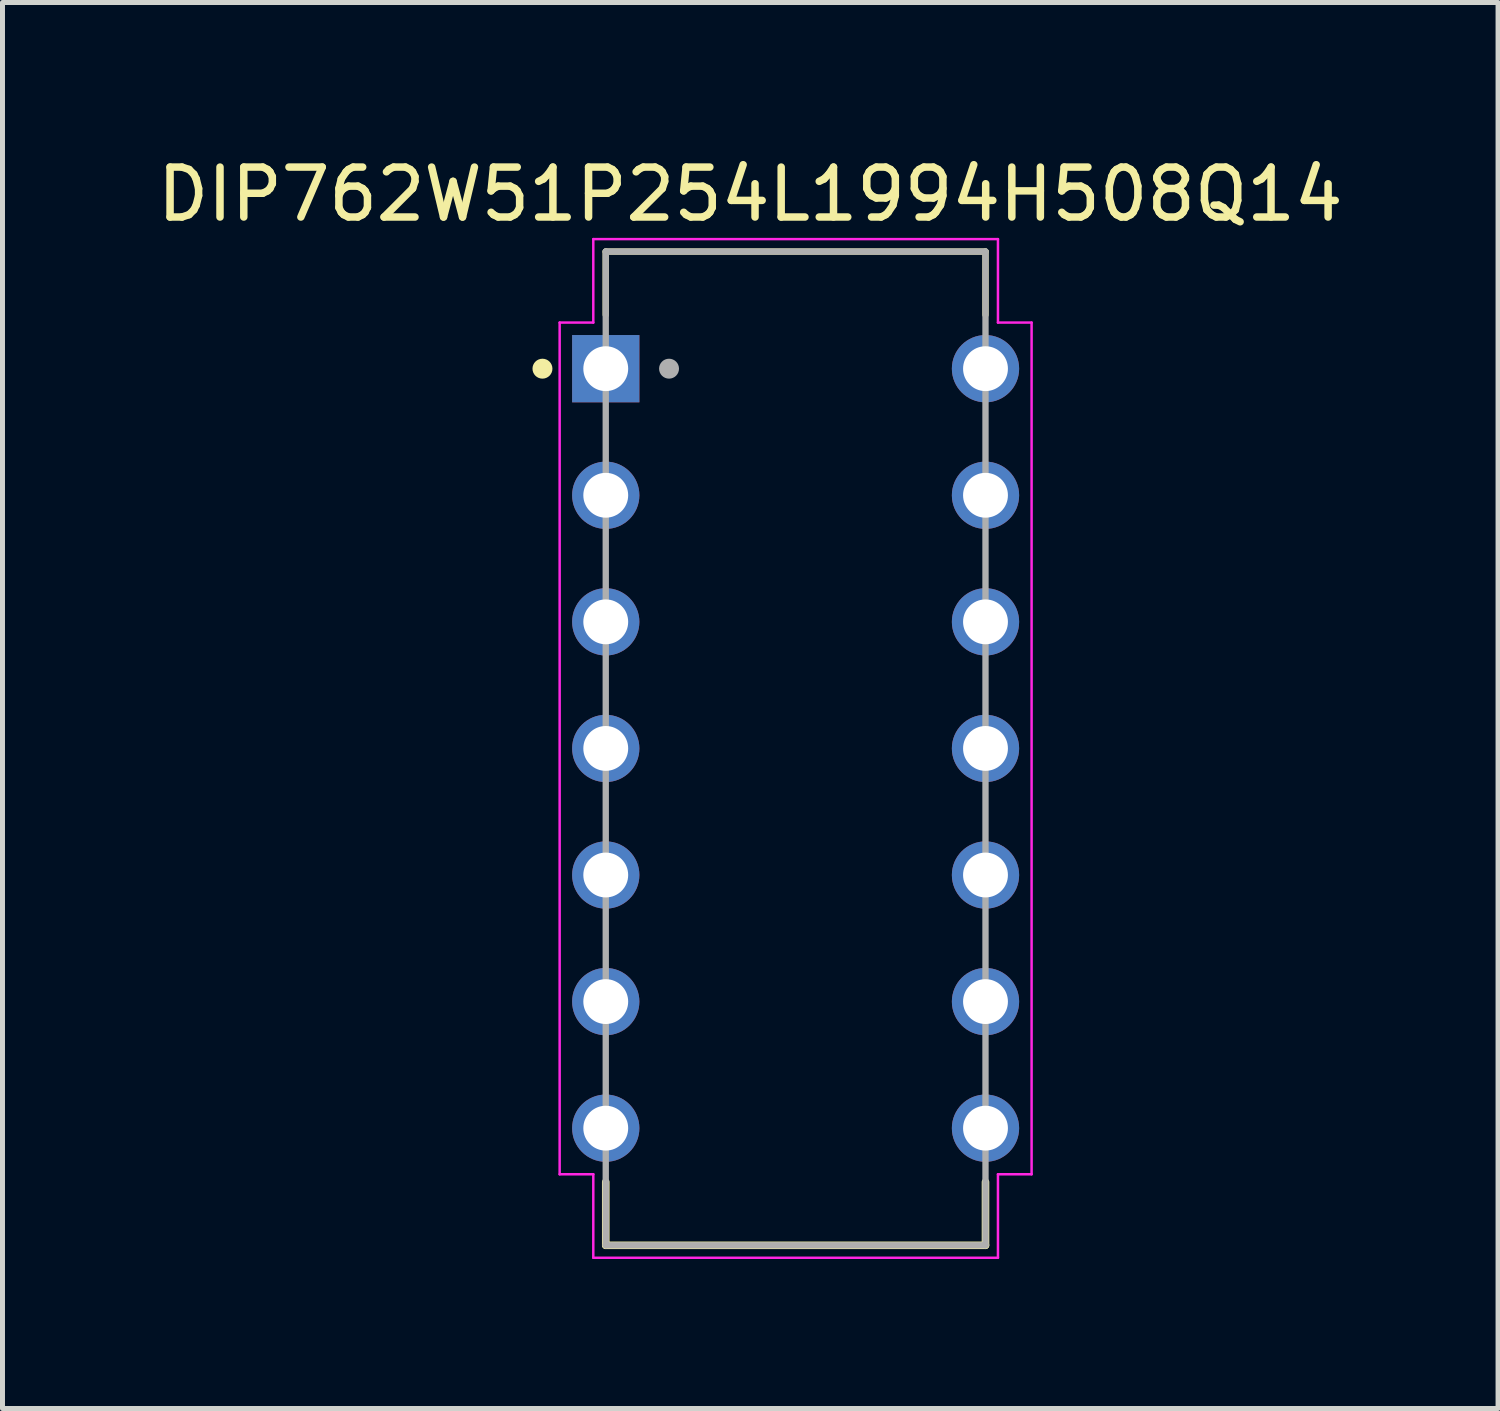
<source format=kicad_pcb>
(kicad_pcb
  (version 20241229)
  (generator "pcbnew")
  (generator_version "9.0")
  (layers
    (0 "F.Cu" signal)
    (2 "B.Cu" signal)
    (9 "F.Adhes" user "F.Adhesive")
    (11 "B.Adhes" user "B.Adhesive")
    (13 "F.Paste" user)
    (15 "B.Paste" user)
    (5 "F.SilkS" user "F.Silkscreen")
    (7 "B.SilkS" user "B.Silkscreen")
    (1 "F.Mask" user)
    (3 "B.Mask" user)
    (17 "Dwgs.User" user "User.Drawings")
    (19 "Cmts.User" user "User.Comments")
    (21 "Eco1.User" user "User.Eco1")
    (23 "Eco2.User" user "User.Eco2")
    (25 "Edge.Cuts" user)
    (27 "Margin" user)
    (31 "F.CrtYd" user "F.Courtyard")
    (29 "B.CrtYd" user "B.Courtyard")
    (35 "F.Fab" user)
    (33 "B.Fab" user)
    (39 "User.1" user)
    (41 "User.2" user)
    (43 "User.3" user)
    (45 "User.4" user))
  (footprint "DIP762W51P254L1994H508Q14"
    (layer "F.Cu")
    (at 12.915 11.968)
    (property "Reference" "DIP762W51P254L1994H508Q14" (at -0.91 -11.119 0) (layer "F.SilkS") (effects (font (size 1.002 1.002) (thickness 0.15))))
    (attr through_hole)
    (fp_line (start -3.81 -9.97) (end -3.81 -8.7) (stroke (width 0.127) (type solid)) (layer "F.SilkS"))
    (fp_line (start -3.81 -9.97) (end 3.81 -9.97) (stroke (width 0.127) (type solid)) (layer "F.SilkS"))
    (fp_line (start -3.81 8.7) (end -3.81 9.97) (stroke (width 0.152) (type solid)) (layer "F.SilkS"))
    (fp_line (start -3.81 9.97) (end 3.81 9.97) (stroke (width 0.152) (type solid)) (layer "F.SilkS"))
    (fp_line (start 3.81 -8.7) (end 3.81 -9.97) (stroke (width 0.127) (type solid)) (layer "F.SilkS"))
    (fp_line (start 3.81 9.97) (end 3.81 8.7) (stroke (width 0.152) (type solid)) (layer "F.SilkS"))
    (fp_circle (center -5.08 -7.62) (end -4.98 -7.62) (stroke (width 0.2) (type solid)) (fill no) (layer "F.SilkS"))
    (fp_line (start -4.735 -8.545) (end -4.06 -8.545) (stroke (width 0.05) (type solid)) (layer "F.CrtYd"))
    (fp_line (start -4.735 8.545) (end -4.735 -8.545) (stroke (width 0.05) (type solid)) (layer "F.CrtYd"))
    (fp_line (start -4.06 -10.22) (end 4.06 -10.22) (stroke (width 0.05) (type solid)) (layer "F.CrtYd"))
    (fp_line (start -4.06 -8.545) (end -4.06 -10.22) (stroke (width 0.05) (type solid)) (layer "F.CrtYd"))
    (fp_line (start -4.06 8.545) (end -4.735 8.545) (stroke (width 0.05) (type solid)) (layer "F.CrtYd"))
    (fp_line (start -4.06 10.22) (end -4.06 8.545) (stroke (width 0.05) (type solid)) (layer "F.CrtYd"))
    (fp_line (start 4.06 -10.22) (end 4.06 -8.545) (stroke (width 0.05) (type solid)) (layer "F.CrtYd"))
    (fp_line (start 4.06 -8.545) (end 4.735 -8.545) (stroke (width 0.05) (type solid)) (layer "F.CrtYd"))
    (fp_line (start 4.06 8.545) (end 4.06 10.22) (stroke (width 0.05) (type solid)) (layer "F.CrtYd"))
    (fp_line (start 4.06 10.22) (end -4.06 10.22) (stroke (width 0.05) (type solid)) (layer "F.CrtYd"))
    (fp_line (start 4.735 -8.545) (end 4.735 8.545) (stroke (width 0.05) (type solid)) (layer "F.CrtYd"))
    (fp_line (start 4.735 8.545) (end 4.06 8.545) (stroke (width 0.05) (type solid)) (layer "F.CrtYd"))
    (fp_line (start -3.81 -9.97) (end 3.81 -9.97) (stroke (width 0.127) (type solid)) (layer "F.Fab"))
    (fp_line (start -3.81 9.97) (end -3.81 -9.97) (stroke (width 0.127) (type solid)) (layer "F.Fab"))
    (fp_line (start 3.81 -9.97) (end 3.81 9.97) (stroke (width 0.127) (type solid)) (layer "F.Fab"))
    (fp_line (start 3.81 9.97) (end -3.81 9.97) (stroke (width 0.127) (type solid)) (layer "F.Fab"))
    (fp_circle (center -2.54 -7.62) (end -2.44 -7.62) (stroke (width 0.2) (type solid)) (fill no) (layer "F.Fab"))
    (pad "1" thru_hole rect (at -3.81 -7.62) (size 1.35 1.35) (drill 0.9) (layers "*.Cu" "*.Mask"))
    (pad "2" thru_hole circle (at -3.81 -5.08) (size 1.35 1.35) (drill 0.9) (layers "*.Cu" "*.Mask"))
    (pad "3" thru_hole circle (at -3.81 -2.54) (size 1.35 1.35) (drill 0.9) (layers "*.Cu" "*.Mask"))
    (pad "4" thru_hole circle (at -3.81 0) (size 1.35 1.35) (drill 0.9) (layers "*.Cu" "*.Mask"))
    (pad "5" thru_hole circle (at -3.81 2.54) (size 1.35 1.35) (drill 0.9) (layers "*.Cu" "*.Mask"))
    (pad "6" thru_hole circle (at -3.81 5.08) (size 1.35 1.35) (drill 0.9) (layers "*.Cu" "*.Mask"))
    (pad "7" thru_hole circle (at -3.81 7.62) (size 1.35 1.35) (drill 0.9) (layers "*.Cu" "*.Mask"))
    (pad "8" thru_hole circle (at 3.81 7.62) (size 1.35 1.35) (drill 0.9) (layers "*.Cu" "*.Mask"))
    (pad "9" thru_hole circle (at 3.81 5.08) (size 1.35 1.35) (drill 0.9) (layers "*.Cu" "*.Mask"))
    (pad "10" thru_hole circle (at 3.81 2.54) (size 1.35 1.35) (drill 0.9) (layers "*.Cu" "*.Mask"))
    (pad "11" thru_hole circle (at 3.81 0) (size 1.35 1.35) (drill 0.9) (layers "*.Cu" "*.Mask"))
    (pad "12" thru_hole circle (at 3.81 -2.54) (size 1.35 1.35) (drill 0.9) (layers "*.Cu" "*.Mask"))
    (pad "13" thru_hole circle (at 3.81 -5.08) (size 1.35 1.35) (drill 0.9) (layers "*.Cu" "*.Mask"))
    (pad "14" thru_hole circle (at 3.81 -7.62) (size 1.35 1.35) (drill 0.9) (layers "*.Cu" "*.Mask")))
  (gr_rect
    (start -3 -3)
    (end 27.01 25.213)
    (stroke (width 0.1) (type default))
    (fill no)
    (layer "Edge.Cuts")))
</source>
